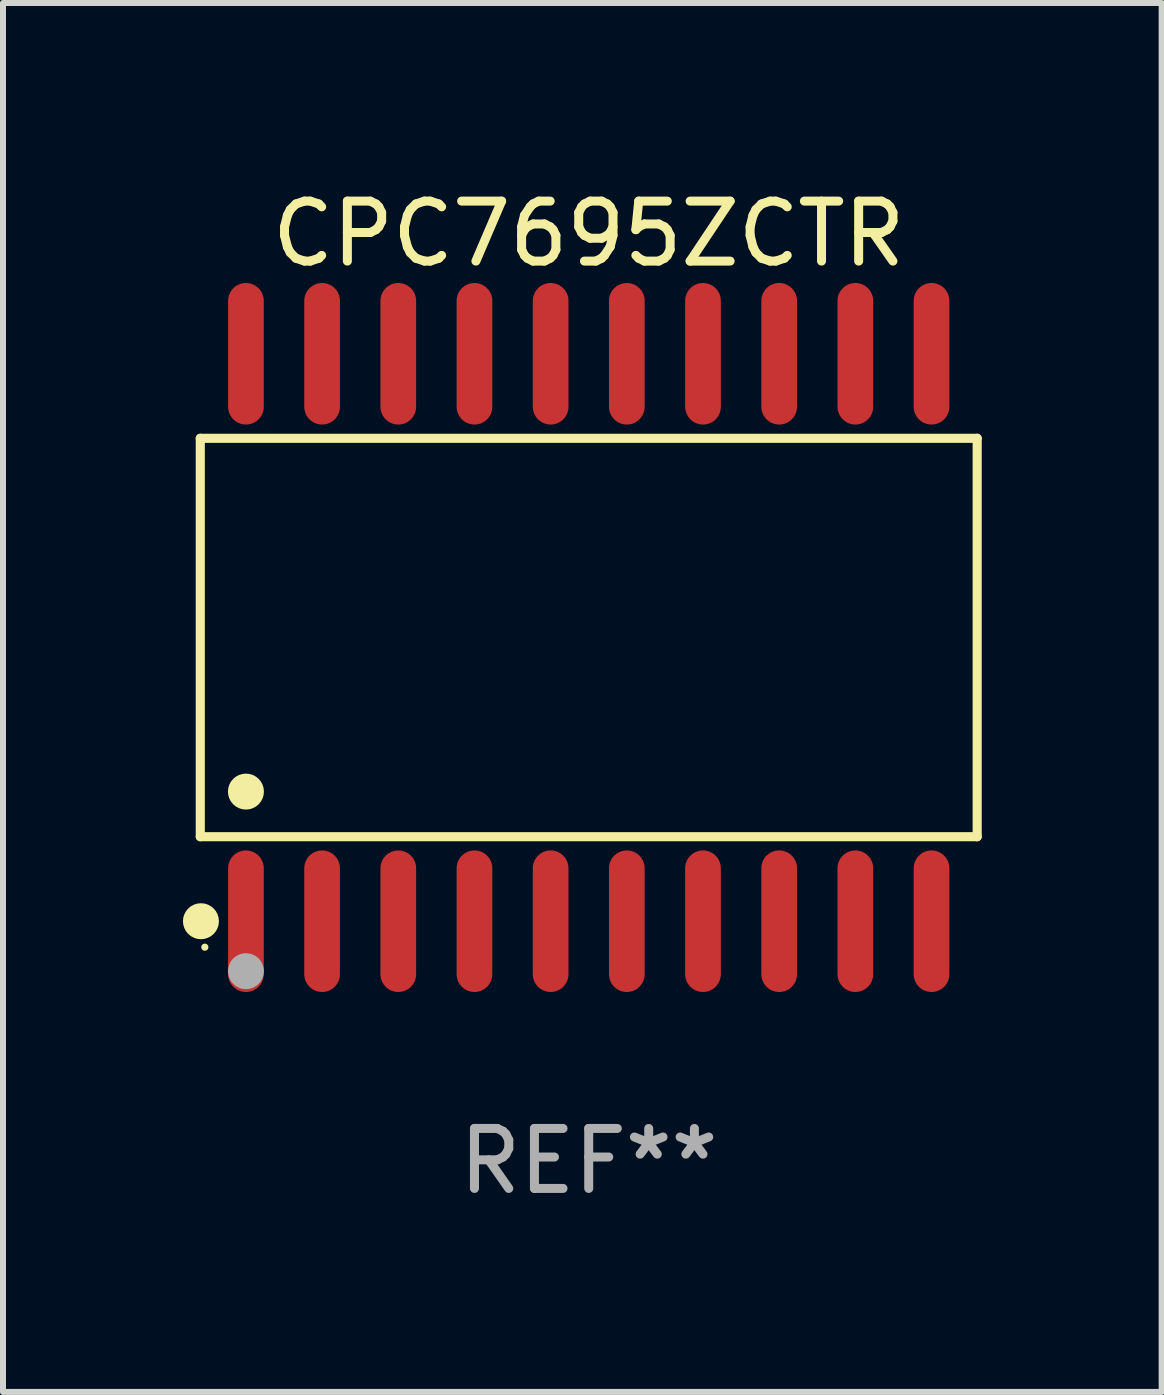
<source format=kicad_pcb>
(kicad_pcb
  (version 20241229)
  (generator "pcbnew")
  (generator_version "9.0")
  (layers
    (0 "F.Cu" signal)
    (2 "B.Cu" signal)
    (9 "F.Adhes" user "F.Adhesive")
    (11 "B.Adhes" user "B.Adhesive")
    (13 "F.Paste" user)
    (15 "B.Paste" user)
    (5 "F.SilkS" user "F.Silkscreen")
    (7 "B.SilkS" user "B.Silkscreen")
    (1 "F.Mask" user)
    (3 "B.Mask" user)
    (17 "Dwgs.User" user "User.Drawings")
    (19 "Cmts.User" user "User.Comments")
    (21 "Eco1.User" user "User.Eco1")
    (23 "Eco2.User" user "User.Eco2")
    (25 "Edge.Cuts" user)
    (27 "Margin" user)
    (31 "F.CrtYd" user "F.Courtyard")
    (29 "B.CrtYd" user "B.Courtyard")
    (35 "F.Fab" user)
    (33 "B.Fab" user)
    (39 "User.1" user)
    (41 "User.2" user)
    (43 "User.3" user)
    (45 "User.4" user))
  (footprint "CPC7695ZCTR"
    (layer "F.Cu")
    (at 6.765 7.578)
    (property "Reference" "CPC7695ZCTR" (at 0 -6.73 0) (layer "F.SilkS") (effects (font (size 1 1) (thickness 0.15))))
    (attr through_hole)
    (fp_line (start -6.476 -3.321) (end 6.476 -3.321) (stroke (width 0.152) (type solid)) (layer "F.SilkS"))
    (fp_line (start -6.476 3.321) (end -6.476 -3.321) (stroke (width 0.152) (type solid)) (layer "F.SilkS"))
    (fp_line (start 6.476 -3.321) (end 6.476 3.321) (stroke (width 0.152) (type solid)) (layer "F.SilkS"))
    (fp_line (start 6.476 3.321) (end -6.476 3.321) (stroke (width 0.152) (type solid)) (layer "F.SilkS"))
    (fp_circle (center -6.465 4.73) (end -6.315 4.73) (stroke (width 0.3) (type solid)) (fill no) (layer "F.SilkS"))
    (fp_circle (center -6.4 5.163) (end -6.37 5.163) (stroke (width 0.06) (type solid)) (fill no) (layer "F.SilkS"))
    (fp_circle (center -5.715 2.569) (end -5.565 2.569) (stroke (width 0.3) (type solid)) (fill no) (layer "F.SilkS"))
    (fp_circle (center -5.715 5.563) (end -5.565 5.563) (stroke (width 0.3) (type solid)) (fill no) (layer "F.Fab"))
    (fp_text user "REF**" (at 0 8.73 0) (layer "F.Fab") (effects (font (size 1 1) (thickness 0.15))))
    (pad "1" smd oval (at -5.715 4.73) (size 0.595 2.36) (layers "F.Cu" "F.Mask" "F.Paste"))
    (pad "2" smd oval (at -4.445 4.73) (size 0.595 2.36) (layers "F.Cu" "F.Mask" "F.Paste"))
    (pad "3" smd oval (at -3.175 4.73) (size 0.595 2.36) (layers "F.Cu" "F.Mask" "F.Paste"))
    (pad "4" smd oval (at -1.905 4.73) (size 0.595 2.36) (layers "F.Cu" "F.Mask" "F.Paste"))
    (pad "5" smd oval (at -0.635 4.73) (size 0.595 2.36) (layers "F.Cu" "F.Mask" "F.Paste"))
    (pad "6" smd oval (at 0.635 4.73) (size 0.595 2.36) (layers "F.Cu" "F.Mask" "F.Paste"))
    (pad "7" smd oval (at 1.905 4.73) (size 0.595 2.36) (layers "F.Cu" "F.Mask" "F.Paste"))
    (pad "8" smd oval (at 3.175 4.73) (size 0.595 2.36) (layers "F.Cu" "F.Mask" "F.Paste"))
    (pad "9" smd oval (at 4.445 4.73) (size 0.595 2.36) (layers "F.Cu" "F.Mask" "F.Paste"))
    (pad "10" smd oval (at 5.715 4.73) (size 0.595 2.36) (layers "F.Cu" "F.Mask" "F.Paste"))
    (pad "11" smd oval (at 5.715 -4.73) (size 0.595 2.36) (layers "F.Cu" "F.Mask" "F.Paste"))
    (pad "12" smd oval (at 4.445 -4.73) (size 0.595 2.36) (layers "F.Cu" "F.Mask" "F.Paste"))
    (pad "13" smd oval (at 3.175 -4.73) (size 0.595 2.36) (layers "F.Cu" "F.Mask" "F.Paste"))
    (pad "14" smd oval (at 1.905 -4.73) (size 0.595 2.36) (layers "F.Cu" "F.Mask" "F.Paste"))
    (pad "15" smd oval (at 0.635 -4.73) (size 0.595 2.36) (layers "F.Cu" "F.Mask" "F.Paste"))
    (pad "16" smd oval (at -0.635 -4.73) (size 0.595 2.36) (layers "F.Cu" "F.Mask" "F.Paste"))
    (pad "17" smd oval (at -1.905 -4.73) (size 0.595 2.36) (layers "F.Cu" "F.Mask" "F.Paste"))
    (pad "18" smd oval (at -3.175 -4.73) (size 0.595 2.36) (layers "F.Cu" "F.Mask" "F.Paste"))
    (pad "19" smd oval (at -4.445 -4.73) (size 0.595 2.36) (layers "F.Cu" "F.Mask" "F.Paste"))
    (pad "20" smd oval (at -5.715 -4.73) (size 0.595 2.36) (layers "F.Cu" "F.Mask" "F.Paste")))
  (gr_rect
    (start -3 -3)
    (end 16.317 20.156)
    (stroke (width 0.1) (type default))
    (fill no)
    (layer "Edge.Cuts")))
</source>
